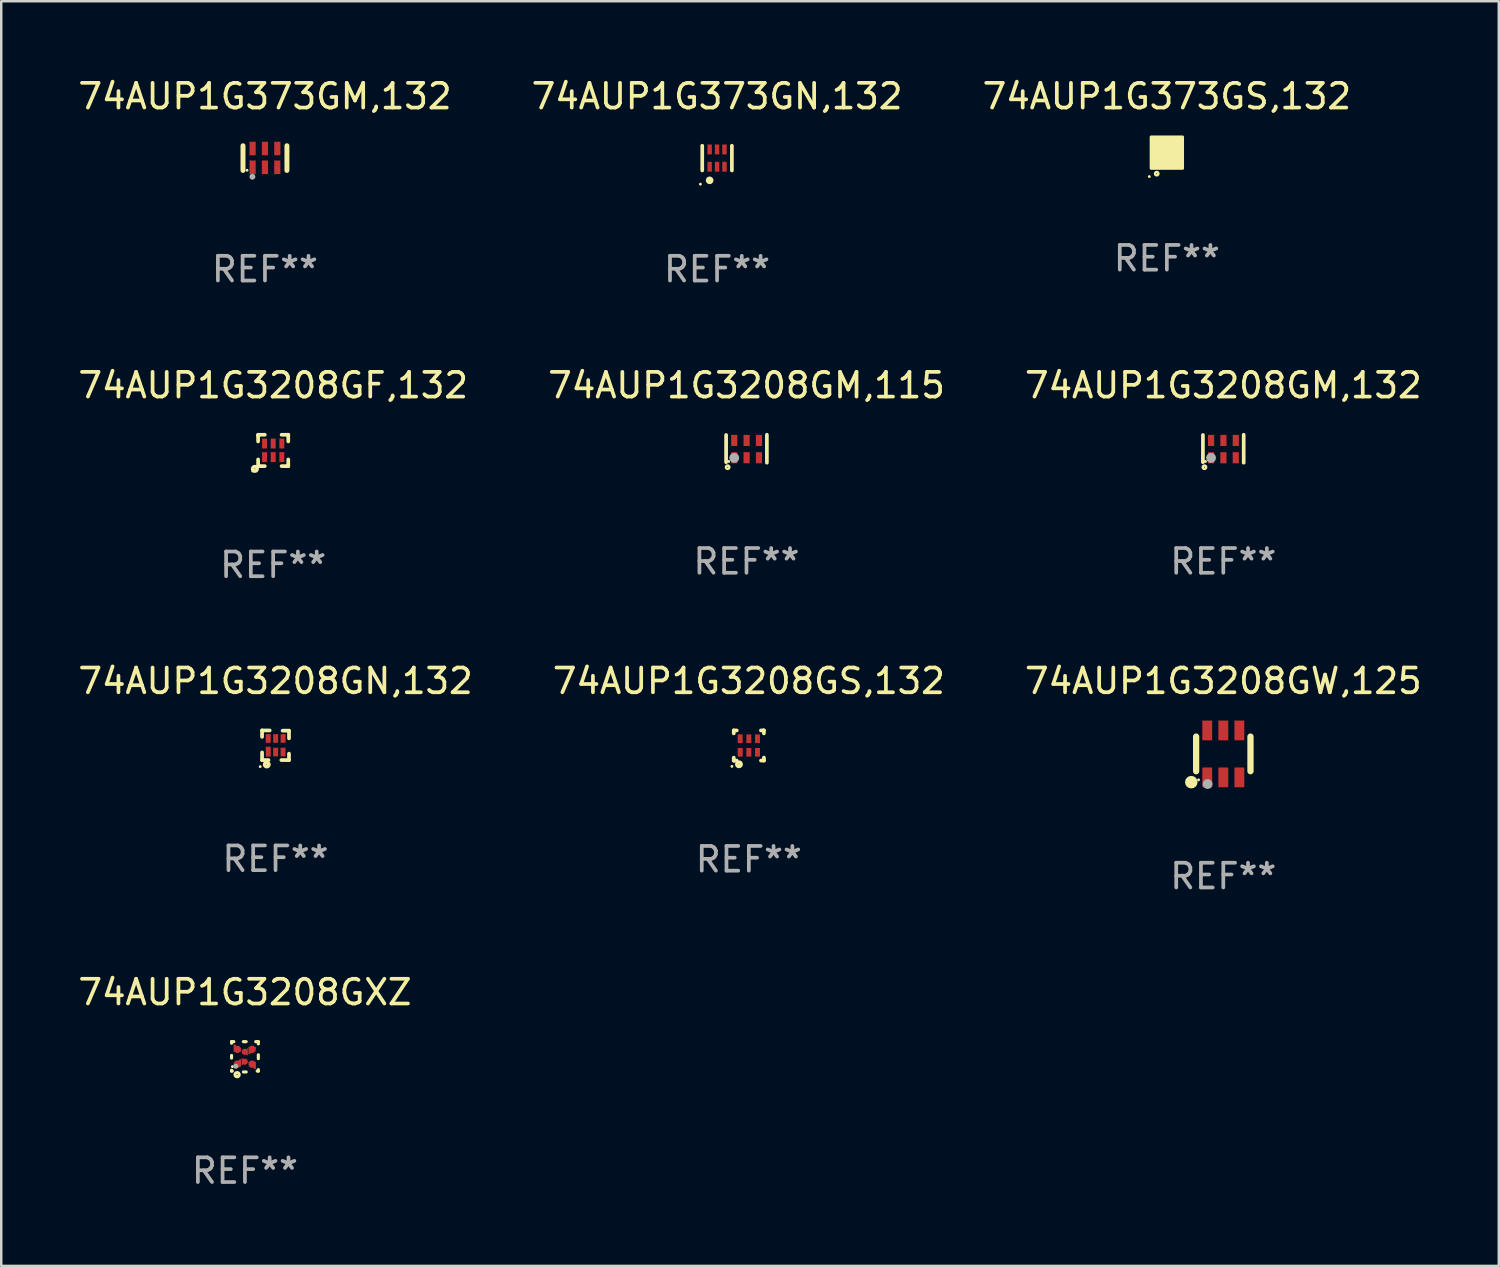
<source format=kicad_pcb>
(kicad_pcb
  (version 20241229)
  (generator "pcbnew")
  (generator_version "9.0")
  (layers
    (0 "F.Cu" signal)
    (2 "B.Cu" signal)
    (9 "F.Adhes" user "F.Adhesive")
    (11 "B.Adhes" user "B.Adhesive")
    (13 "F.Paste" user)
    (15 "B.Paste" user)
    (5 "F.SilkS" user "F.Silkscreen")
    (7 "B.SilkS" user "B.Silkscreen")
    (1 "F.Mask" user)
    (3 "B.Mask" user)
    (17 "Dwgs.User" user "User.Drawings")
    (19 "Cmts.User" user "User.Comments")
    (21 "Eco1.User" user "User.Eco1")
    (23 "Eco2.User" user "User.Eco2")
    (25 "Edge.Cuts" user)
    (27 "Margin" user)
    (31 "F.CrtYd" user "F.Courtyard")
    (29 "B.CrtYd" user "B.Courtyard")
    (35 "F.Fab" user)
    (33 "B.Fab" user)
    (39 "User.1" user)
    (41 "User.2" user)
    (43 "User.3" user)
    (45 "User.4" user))
  (footprint "74AUP1G3208GXZ"
    (layer "F.Cu")
    (at 6.863 39.72)
    (property "Reference" "74AUP1G3208GXZ" (at 0 -2.613 0) (layer "F.SilkS") (effects (font (size 1 1) (thickness 0.15))))
    (attr through_hole)
    (fp_line (start -0.542 -0.613) (end -0.451 -0.613) (stroke (width 0.127) (type solid)) (layer "F.SilkS"))
    (fp_line (start -0.542 -0.55) (end -0.542 -0.613) (stroke (width 0.127) (type solid)) (layer "F.SilkS"))
    (fp_line (start -0.542 0.05) (end -0.542 -0.055) (stroke (width 0.127) (type solid)) (layer "F.SilkS"))
    (fp_line (start -0.542 0.577) (end -0.542 0.545) (stroke (width 0.127) (type solid)) (layer "F.SilkS"))
    (fp_line (start -0.512 0.577) (end -0.542 0.577) (stroke (width 0.127) (type solid)) (layer "F.SilkS"))
    (fp_line (start -0.064 -0.613) (end 0.049 -0.613) (stroke (width 0.127) (type solid)) (layer "F.SilkS"))
    (fp_line (start -0.062 0.613) (end 0.051 0.613) (stroke (width 0.127) (type solid)) (layer "F.SilkS"))
    (fp_line (start 0.436 -0.613) (end 0.542 -0.613) (stroke (width 0.127) (type solid)) (layer "F.SilkS"))
    (fp_line (start 0.542 -0.613) (end 0.542 -0.524) (stroke (width 0.127) (type solid)) (layer "F.SilkS"))
    (fp_line (start 0.542 -0.081) (end 0.542 0.076) (stroke (width 0.127) (type solid)) (layer "F.SilkS"))
    (fp_line (start 0.542 0.519) (end 0.542 0.577) (stroke (width 0.127) (type solid)) (layer "F.SilkS"))
    (fp_line (start 0.542 0.577) (end 0.497 0.577) (stroke (width 0.127) (type solid)) (layer "F.SilkS"))
    (fp_circle (center -0.508 0.397) (end -0.478 0.397) (stroke (width 0.06) (type solid)) (fill no) (layer "F.SilkS"))
    (fp_circle (center -0.317 0.723) (end -0.296 0.723) (stroke (width 0.127) (type solid)) (fill no) (layer "F.SilkS"))
    (fp_circle (center -0.373 0.382) (end -0.322 0.382) (stroke (width 0.1) (type solid)) (fill no) (layer "F.Fab"))
    (fp_text user "REF**" (at 0 4.613 0) (layer "F.Fab") (effects (font (size 1 1) (thickness 0.15))))
    (pad "1" smd custom (at -0.308 0.298 90) (size 0.3 0.3) (layers "F.Cu" "F.Mask" "F.Paste") (options (anchor circle)) (primitives (gr_poly (pts (xy -0.1 0.15) (xy 0.2 0.15) (xy 0.2 0.1) (xy -0.05 -0.15) (xy -0.1 -0.15)) (width 0) (fill yes))))
    (pad "2" smd custom (at -0.008 0.197 90) (size 0.25 0.3) (layers "F.Cu" "F.Mask" "F.Paste") (options (anchor circle)) (primitives (gr_poly (pts (xy -0.15 -0.125) (xy 0.15 -0.125) (xy 0.000076 0.125)) (width 0) (fill yes))))
    (pad "3" smd custom (at 0.292 0.298 90) (size 0.3 0.3) (layers "F.Cu" "F.Mask" "F.Paste") (options (anchor circle)) (primitives (gr_poly (pts (xy 0.1 0.15) (xy 0.1 -0.15) (xy 0.05 -0.15) (xy -0.2 0.1) (xy -0.2 0.15)) (width 0) (fill yes))))
    (pad "4" smd custom (at 0.292 -0.302 90) (size 0.3 0.3) (layers "F.Cu" "F.Mask" "F.Paste") (options (anchor circle)) (primitives (gr_poly (pts (xy 0.1 -0.15) (xy -0.2 -0.15) (xy -0.2 -0.1) (xy 0.05 0.15) (xy 0.1 0.15)) (width 0) (fill yes))))
    (pad "5" smd custom (at -0.008 -0.202 90) (size 0.25 0.3) (layers "F.Cu" "F.Mask" "F.Paste") (options (anchor circle)) (primitives (gr_poly (pts (xy -0.15 0.125) (xy 0.15 0.125) (xy 0.000051 -0.125)) (width 0) (fill yes))))
    (pad "6" smd custom (at -0.308 -0.302 90) (size 0.3 0.3) (layers "F.Cu" "F.Mask" "F.Paste") (options (anchor circle)) (primitives (gr_poly (pts (xy -0.1 -0.15) (xy 0.2 -0.15) (xy 0.2 -0.1) (xy -0.05 0.15) (xy -0.1 0.15)) (width 0) (fill yes)))))
  (footprint "74AUP1G373GS,132"
    (layer "F.Cu")
    (at 44.173 3.128)
    (property "Reference" "74AUP1G373GS,132" (at 0 -2.28 0) (layer "F.SilkS") (effects (font (size 1 1) (thickness 0.15))))
    (attr through_hole)
    (fp_circle (center -0.71 0.968) (end -0.68 0.968) (stroke (width 0.06) (type solid)) (fill no) (layer "F.SilkS"))
    (fp_circle (center -0.41 0.85) (end -0.342 0.85) (stroke (width 0.1) (type solid)) (fill no) (layer "F.SilkS"))
    (fp_poly (pts (xy -0.635 -0.635) (xy 0.635 -0.635) (xy 0.635 0.635) (xy -0.635 0.635)) (stroke (width 0.12) (type solid)) (fill yes) (layer "F.SilkS"))
    (fp_text user "REF**" (at 0 4.28 0) (layer "F.Fab") (effects (font (size 1 1) (thickness 0.15))))
    (pad "1" smd rect (at -0.35 0.28 90) (size 0.35 0.2) (layers "F.Cu" "F.Mask" "F.Paste"))
    (pad "2" smd rect (at 0 0.28 90) (size 0.35 0.2) (layers "F.Cu" "F.Mask" "F.Paste"))
    (pad "3" smd rect (at 0.35 0.28 90) (size 0.35 0.2) (layers "F.Cu" "F.Mask" "F.Paste"))
    (pad "4" smd rect (at 0.35 -0.28 90) (size 0.35 0.2) (layers "F.Cu" "F.Mask" "F.Paste"))
    (pad "5" smd rect (at 0 -0.28 90) (size 0.35 0.2) (layers "F.Cu" "F.Mask" "F.Paste"))
    (pad "6" smd rect (at -0.35 -0.28 90) (size 0.35 0.2) (layers "F.Cu" "F.Mask" "F.Paste")))
  (footprint "74AUP1G3208GN,132"
    (layer "F.Cu")
    (at 8.101 27.111)
    (property "Reference" "74AUP1G3208GN,132" (at 0 -2.6 0) (layer "F.SilkS") (effects (font (size 1 1) (thickness 0.15))))
    (attr through_hole)
    (fp_line (start -0.545 -0.6) (end -0.235 -0.6) (stroke (width 0.15) (type solid)) (layer "F.SilkS"))
    (fp_line (start -0.545 -0.34) (end -0.545 -0.6) (stroke (width 0.15) (type solid)) (layer "F.SilkS"))
    (fp_line (start -0.545 0.6) (end -0.545 0.29) (stroke (width 0.15) (type solid)) (layer "F.SilkS"))
    (fp_line (start -0.285 0.6) (end -0.545 0.6) (stroke (width 0.15) (type solid)) (layer "F.SilkS"))
    (fp_line (start 0.285 -0.59) (end 0.545 -0.59) (stroke (width 0.15) (type solid)) (layer "F.SilkS"))
    (fp_line (start 0.545 -0.59) (end 0.545 -0.28) (stroke (width 0.15) (type solid)) (layer "F.SilkS"))
    (fp_line (start 0.545 0.34) (end 0.545 0.6) (stroke (width 0.15) (type solid)) (layer "F.SilkS"))
    (fp_line (start 0.545 0.6) (end 0.235 0.6) (stroke (width 0.15) (type solid)) (layer "F.SilkS"))
    (fp_circle (center -0.62 0.865) (end -0.59 0.865) (stroke (width 0.06) (type solid)) (fill no) (layer "F.SilkS"))
    (fp_circle (center -0.355 0.78) (end -0.345 0.78) (stroke (width 0.15) (type solid)) (fill no) (layer "F.SilkS"))
    (fp_text user "REF**" (at 0 4.6 0) (layer "F.Fab") (effects (font (size 1 1) (thickness 0.15))))
    (pad "1" smd rect (at -0.295 0.26) (size 0.2 0.4) (layers "F.Cu" "F.Mask" "F.Paste"))
    (pad "2" smd rect (at 0.005 0.275) (size 0.2 0.35) (layers "F.Cu" "F.Mask" "F.Paste"))
    (pad "3" smd rect (at 0.305 0.275) (size 0.2 0.35) (layers "F.Cu" "F.Mask" "F.Paste"))
    (pad "4" smd rect (at 0.305 -0.275) (size 0.2 0.35) (layers "F.Cu" "F.Mask" "F.Paste"))
    (pad "5" smd rect (at 0.005 -0.275) (size 0.2 0.35) (layers "F.Cu" "F.Mask" "F.Paste"))
    (pad "6" smd rect (at -0.295 -0.275) (size 0.2 0.35) (layers "F.Cu" "F.Mask" "F.Paste")))
  (footprint "74AUP1G3208GM,115"
    (layer "F.Cu")
    (at 27.161 15.11)
    (property "Reference" "74AUP1G3208GM,115" (at 0 -2.565 0) (layer "F.SilkS") (effects (font (size 1 1) (thickness 0.15))))
    (attr through_hole)
    (fp_line (start -0.825 -0.555) (end -0.825 0.545) (stroke (width 0.15) (type solid)) (layer "F.SilkS"))
    (fp_line (start 0.825 -0.565) (end 0.825 0.565) (stroke (width 0.15) (type solid)) (layer "F.SilkS"))
    (fp_circle (center -0.763 0.749) (end -0.695 0.749) (stroke (width 0.1) (type solid)) (fill no) (layer "F.SilkS"))
    (fp_circle (center -0.72 0.515) (end -0.69 0.515) (stroke (width 0.06) (type solid)) (fill no) (layer "F.SilkS"))
    (fp_circle (center -0.496 0.371) (end -0.396 0.371) (stroke (width 0.2) (type solid)) (fill no) (layer "F.Fab"))
    (fp_text user "REF**" (at 0 4.565 0) (layer "F.Fab") (effects (font (size 1 1) (thickness 0.15))))
    (pad "1" smd rect (at -0.495 0.365) (size 0.25 0.45) (layers "F.Cu" "F.Mask" "F.Paste"))
    (pad "2" smd rect (at 0.005 0.365) (size 0.25 0.45) (layers "F.Cu" "F.Mask" "F.Paste"))
    (pad "3" smd rect (at 0.505 0.365) (size 0.25 0.45) (layers "F.Cu" "F.Mask" "F.Paste"))
    (pad "4" smd rect (at 0.505 -0.335) (size 0.25 0.45) (layers "F.Cu" "F.Mask" "F.Paste"))
    (pad "5" smd rect (at 0.005 -0.335) (size 0.25 0.45) (layers "F.Cu" "F.Mask" "F.Paste"))
    (pad "6" smd rect (at -0.495 -0.335) (size 0.25 0.45) (layers "F.Cu" "F.Mask" "F.Paste")))
  (footprint "74AUP1G3208GW,125"
    (layer "F.Cu")
    (at 46.458 27.461)
    (property "Reference" "74AUP1G3208GW,125" (at 0 -2.95 0) (layer "F.SilkS") (effects (font (size 1 1) (thickness 0.15))))
    (attr through_hole)
    (fp_line (start -1.1 -0.7) (end -1.1 0.7) (stroke (width 0.254) (type solid)) (layer "F.SilkS"))
    (fp_line (start 1.1 -0.7) (end 1.1 0.7) (stroke (width 0.254) (type solid)) (layer "F.SilkS"))
    (fp_circle (center -1.295 1.143) (end -1.168 1.143) (stroke (width 0.254) (type solid)) (fill no) (layer "F.SilkS"))
    (fp_circle (center -1 1.05) (end -0.97 1.05) (stroke (width 0.06) (type solid)) (fill no) (layer "F.SilkS"))
    (fp_circle (center -0.635 1.219) (end -0.535 1.219) (stroke (width 0.2) (type solid)) (fill no) (layer "F.Fab"))
    (fp_text user "REF**" (at 0 4.95 0) (layer "F.Fab") (effects (font (size 1 1) (thickness 0.15))))
    (pad "1" smd rect (at -0.65 0.95) (size 0.4 0.8) (layers "F.Cu" "F.Mask" "F.Paste"))
    (pad "2" smd rect (at 0 0.95) (size 0.4 0.8) (layers "F.Cu" "F.Mask" "F.Paste"))
    (pad "3" smd rect (at 0.65 0.95) (size 0.4 0.8) (layers "F.Cu" "F.Mask" "F.Paste"))
    (pad "4" smd rect (at 0.65 -0.95) (size 0.4 0.8) (layers "F.Cu" "F.Mask" "F.Paste"))
    (pad "5" smd rect (at 0 -0.95) (size 0.4 0.8) (layers "F.Cu" "F.Mask" "F.Paste"))
    (pad "6" smd rect (at -0.65 -0.95) (size 0.4 0.8) (layers "F.Cu" "F.Mask" "F.Paste")))
  (footprint "74AUP1G3208GM,132"
    (layer "F.Cu")
    (at 46.458 15.11)
    (property "Reference" "74AUP1G3208GM,132" (at 0 -2.565 0) (layer "F.SilkS") (effects (font (size 1 1) (thickness 0.15))))
    (attr through_hole)
    (fp_line (start -0.825 -0.555) (end -0.825 0.545) (stroke (width 0.15) (type solid)) (layer "F.SilkS"))
    (fp_line (start 0.825 -0.565) (end 0.825 0.565) (stroke (width 0.15) (type solid)) (layer "F.SilkS"))
    (fp_circle (center -0.763 0.749) (end -0.695 0.749) (stroke (width 0.1) (type solid)) (fill no) (layer "F.SilkS"))
    (fp_circle (center -0.72 0.515) (end -0.69 0.515) (stroke (width 0.06) (type solid)) (fill no) (layer "F.SilkS"))
    (fp_circle (center -0.496 0.371) (end -0.396 0.371) (stroke (width 0.2) (type solid)) (fill no) (layer "F.Fab"))
    (fp_text user "REF**" (at 0 4.565 0) (layer "F.Fab") (effects (font (size 1 1) (thickness 0.15))))
    (pad "1" smd rect (at -0.495 0.365) (size 0.25 0.45) (layers "F.Cu" "F.Mask" "F.Paste"))
    (pad "2" smd rect (at 0.005 0.365) (size 0.25 0.45) (layers "F.Cu" "F.Mask" "F.Paste"))
    (pad "3" smd rect (at 0.505 0.365) (size 0.25 0.45) (layers "F.Cu" "F.Mask" "F.Paste"))
    (pad "4" smd rect (at 0.505 -0.335) (size 0.25 0.45) (layers "F.Cu" "F.Mask" "F.Paste"))
    (pad "5" smd rect (at 0.005 -0.335) (size 0.25 0.45) (layers "F.Cu" "F.Mask" "F.Paste"))
    (pad "6" smd rect (at -0.495 -0.335) (size 0.25 0.45) (layers "F.Cu" "F.Mask" "F.Paste")))
  (footprint "74AUP1G3208GS,132"
    (layer "F.Cu")
    (at 27.256 27.121)
    (property "Reference" "74AUP1G3208GS,132" (at 0 -2.61 0) (layer "F.SilkS") (effects (font (size 1 1) (thickness 0.15))))
    (attr through_hole)
    (fp_line (start -0.61 -0.61) (end -0.49 -0.61) (stroke (width 0.15) (type solid)) (layer "F.SilkS"))
    (fp_line (start -0.61 -0.58) (end -0.61 -0.61) (stroke (width 0.15) (type solid)) (layer "F.SilkS"))
    (fp_line (start -0.61 -0.49) (end -0.61 -0.58) (stroke (width 0.15) (type solid)) (layer "F.SilkS"))
    (fp_line (start -0.61 0.61) (end -0.61 0.491) (stroke (width 0.15) (type solid)) (layer "F.SilkS"))
    (fp_line (start -0.58 0.61) (end -0.61 0.61) (stroke (width 0.15) (type solid)) (layer "F.SilkS"))
    (fp_line (start -0.49 0.61) (end -0.58 0.61) (stroke (width 0.15) (type solid)) (layer "F.SilkS"))
    (fp_line (start 0.49 -0.61) (end 0.58 -0.61) (stroke (width 0.15) (type solid)) (layer "F.SilkS"))
    (fp_line (start 0.58 -0.61) (end 0.61 -0.61) (stroke (width 0.15) (type solid)) (layer "F.SilkS"))
    (fp_line (start 0.61 -0.61) (end 0.61 -0.49) (stroke (width 0.15) (type solid)) (layer "F.SilkS"))
    (fp_line (start 0.61 0.49) (end 0.61 0.58) (stroke (width 0.15) (type solid)) (layer "F.SilkS"))
    (fp_line (start 0.61 0.58) (end 0.61 0.61) (stroke (width 0.15) (type solid)) (layer "F.SilkS"))
    (fp_line (start 0.61 0.61) (end 0.491 0.61) (stroke (width 0.15) (type solid)) (layer "F.SilkS"))
    (fp_circle (center -0.685 0.845) (end -0.655 0.845) (stroke (width 0.06) (type solid)) (fill no) (layer "F.SilkS"))
    (fp_circle (center -0.4 0.76) (end -0.39 0.76) (stroke (width 0.15) (type solid)) (fill no) (layer "F.SilkS"))
    (fp_text user "REF**" (at 0 4.61 0) (layer "F.Fab") (effects (font (size 1 1) (thickness 0.15))))
    (pad "1" smd rect (at -0.35 0.275) (size 0.2 0.35) (layers "F.Cu" "F.Mask" "F.Paste"))
    (pad "2" smd rect (at -0.000038 0.275) (size 0.2 0.35) (layers "F.Cu" "F.Mask" "F.Paste"))
    (pad "3" smd rect (at 0.35 0.275) (size 0.2 0.35) (layers "F.Cu" "F.Mask" "F.Paste"))
    (pad "4" smd rect (at 0.35 -0.275) (size 0.2 0.35) (layers "F.Cu" "F.Mask" "F.Paste"))
    (pad "5" smd rect (at -0.000038 -0.275) (size 0.2 0.35) (layers "F.Cu" "F.Mask" "F.Paste"))
    (pad "6" smd rect (at -0.35 -0.275) (size 0.2 0.35) (layers "F.Cu" "F.Mask" "F.Paste")))
  (footprint "74AUP1G373GM,132"
    (layer "F.Cu")
    (at 7.673 3.348)
    (property "Reference" "74AUP1G373GM,132" (at 0 -2.5 0) (layer "F.SilkS") (effects (font (size 1 1) (thickness 0.15))))
    (attr through_hole)
    (fp_line (start -0.889 0.5) (end -0.889 -0.5) (stroke (width 0.2) (type solid)) (layer "F.SilkS"))
    (fp_line (start 0.889 0.5) (end 0.889 -0.5) (stroke (width 0.2) (type solid)) (layer "F.SilkS"))
    (fp_circle (center -0.725 0.492) (end -0.695 0.492) (stroke (width 0.06) (type solid)) (fill no) (layer "F.SilkS"))
    (fp_circle (center -0.508 0.754) (end -0.448 0.754) (stroke (width 0.12) (type solid)) (fill no) (layer "F.Fab"))
    (fp_text user "REF**" (at 0 4.5 0) (layer "F.Fab") (effects (font (size 1 1) (thickness 0.15))))
    (pad "1" smd rect (at -0.5 0.372) (size 0.25 0.55) (layers "F.Cu" "F.Mask" "F.Paste"))
    (pad "2" smd rect (at -0.000127 0.372) (size 0.25 0.55) (layers "F.Cu" "F.Mask" "F.Paste"))
    (pad "3" smd rect (at 0.5 0.372) (size 0.25 0.55) (layers "F.Cu" "F.Mask" "F.Paste"))
    (pad "4" smd rect (at 0.5 -0.388 180) (size 0.25 0.55) (layers "F.Cu" "F.Mask" "F.Paste"))
    (pad "5" smd rect (at -0.000127 -0.388 180) (size 0.25 0.55) (layers "F.Cu" "F.Mask" "F.Paste"))
    (pad "6" smd rect (at -0.5 -0.388 180) (size 0.25 0.55) (layers "F.Cu" "F.Mask" "F.Paste")))
  (footprint "74AUP1G3208GF,132"
    (layer "F.Cu")
    (at 8.006 15.18)
    (property "Reference" "74AUP1G3208GF,132" (at 0 -2.635 0) (layer "F.SilkS") (effects (font (size 1 1) (thickness 0.15))))
    (attr through_hole)
    (fp_line (start -0.61 0.635) (end -0.61 0.365) (stroke (width 0.15) (type solid)) (layer "F.SilkS"))
    (fp_line (start -0.61 -0.635) (end -0.34 -0.635) (stroke (width 0.15) (type solid)) (layer "F.SilkS"))
    (fp_line (start -0.61 -0.585) (end -0.61 -0.635) (stroke (width 0.15) (type solid)) (layer "F.SilkS"))
    (fp_line (start -0.61 -0.365) (end -0.61 -0.585) (stroke (width 0.15) (type solid)) (layer "F.SilkS"))
    (fp_line (start -0.56 0.635) (end -0.61 0.635) (stroke (width 0.15) (type solid)) (layer "F.SilkS"))
    (fp_line (start -0.34 0.635) (end -0.56 0.635) (stroke (width 0.15) (type solid)) (layer "F.SilkS"))
    (fp_line (start 0.34 -0.635) (end 0.56 -0.635) (stroke (width 0.15) (type solid)) (layer "F.SilkS"))
    (fp_line (start 0.56 -0.635) (end 0.61 -0.635) (stroke (width 0.15) (type solid)) (layer "F.SilkS"))
    (fp_line (start 0.61 -0.635) (end 0.61 -0.365) (stroke (width 0.15) (type solid)) (layer "F.SilkS"))
    (fp_line (start 0.61 0.365) (end 0.61 0.585) (stroke (width 0.15) (type solid)) (layer "F.SilkS"))
    (fp_line (start 0.61 0.585) (end 0.61 0.635) (stroke (width 0.15) (type solid)) (layer "F.SilkS"))
    (fp_line (start 0.61 0.635) (end 0.34 0.635) (stroke (width 0.15) (type solid)) (layer "F.SilkS"))
    (fp_circle (center -0.829 0.834) (end -0.799 0.834) (stroke (width 0.06) (type solid)) (fill no) (layer "F.SilkS"))
    (fp_circle (center -0.74 0.745) (end -0.726 0.745) (stroke (width 0.15) (type solid)) (fill no) (layer "F.SilkS"))
    (fp_text user "REF**" (at 0 4.635 0) (layer "F.Fab") (effects (font (size 1 1) (thickness 0.15))))
    (pad "1" smd rect (at -0.35 0.27) (size 0.2 0.4) (layers "F.Cu" "F.Mask" "F.Paste"))
    (pad "2" smd rect (at -0.000051 0.27) (size 0.2 0.4) (layers "F.Cu" "F.Mask" "F.Paste"))
    (pad "3" smd rect (at 0.35 0.27) (size 0.2 0.4) (layers "F.Cu" "F.Mask" "F.Paste"))
    (pad "4" smd rect (at 0.35 -0.28) (size 0.2 0.4) (layers "F.Cu" "F.Mask" "F.Paste"))
    (pad "5" smd rect (at -0.000051 -0.28) (size 0.2 0.4) (layers "F.Cu" "F.Mask" "F.Paste"))
    (pad "6" smd rect (at -0.35 -0.28) (size 0.2 0.4) (layers "F.Cu" "F.Mask" "F.Paste")))
  (footprint "74AUP1G373GN,132"
    (layer "F.Cu")
    (at 25.97 3.348)
    (property "Reference" "74AUP1G373GN,132" (at 0 -2.5 0) (layer "F.SilkS") (effects (font (size 1 1) (thickness 0.15))))
    (attr through_hole)
    (fp_line (start -0.6 -0.5) (end -0.6 0.5) (stroke (width 0.15) (type solid)) (layer "F.SilkS"))
    (fp_line (start 0.6 0.5) (end 0.6 -0.5) (stroke (width 0.15) (type solid)) (layer "F.SilkS"))
    (fp_circle (center -0.675 1.055) (end -0.645 1.055) (stroke (width 0.06) (type solid)) (fill no) (layer "F.SilkS"))
    (fp_circle (center -0.3 0.9) (end -0.22 0.9) (stroke (width 0.15) (type solid)) (fill no) (layer "F.SilkS"))
    (fp_text user "REF**" (at 0 4.5 0) (layer "F.Fab") (effects (font (size 1 1) (thickness 0.15))))
    (pad "1" smd rect (at -0.3 0.35) (size 0.18 0.4) (layers "F.Cu" "F.Mask" "F.Paste"))
    (pad "2" smd rect (at 0.000025 0.35) (size 0.18 0.4) (layers "F.Cu" "F.Mask" "F.Paste"))
    (pad "3" smd rect (at 0.3 0.35) (size 0.18 0.4) (layers "F.Cu" "F.Mask" "F.Paste"))
    (pad "4" smd rect (at 0.3 -0.35) (size 0.18 0.4) (layers "F.Cu" "F.Mask" "F.Paste"))
    (pad "5" smd rect (at 0.000025 -0.35) (size 0.18 0.4) (layers "F.Cu" "F.Mask" "F.Paste"))
    (pad "6" smd rect (at -0.3 -0.35) (size 0.18 0.4) (layers "F.Cu" "F.Mask" "F.Paste")))
  (gr_rect
    (start -3 -3)
    (end 57.607 48.181)
    (stroke (width 0.1) (type default))
    (fill no)
    (layer "Edge.Cuts")))
</source>
